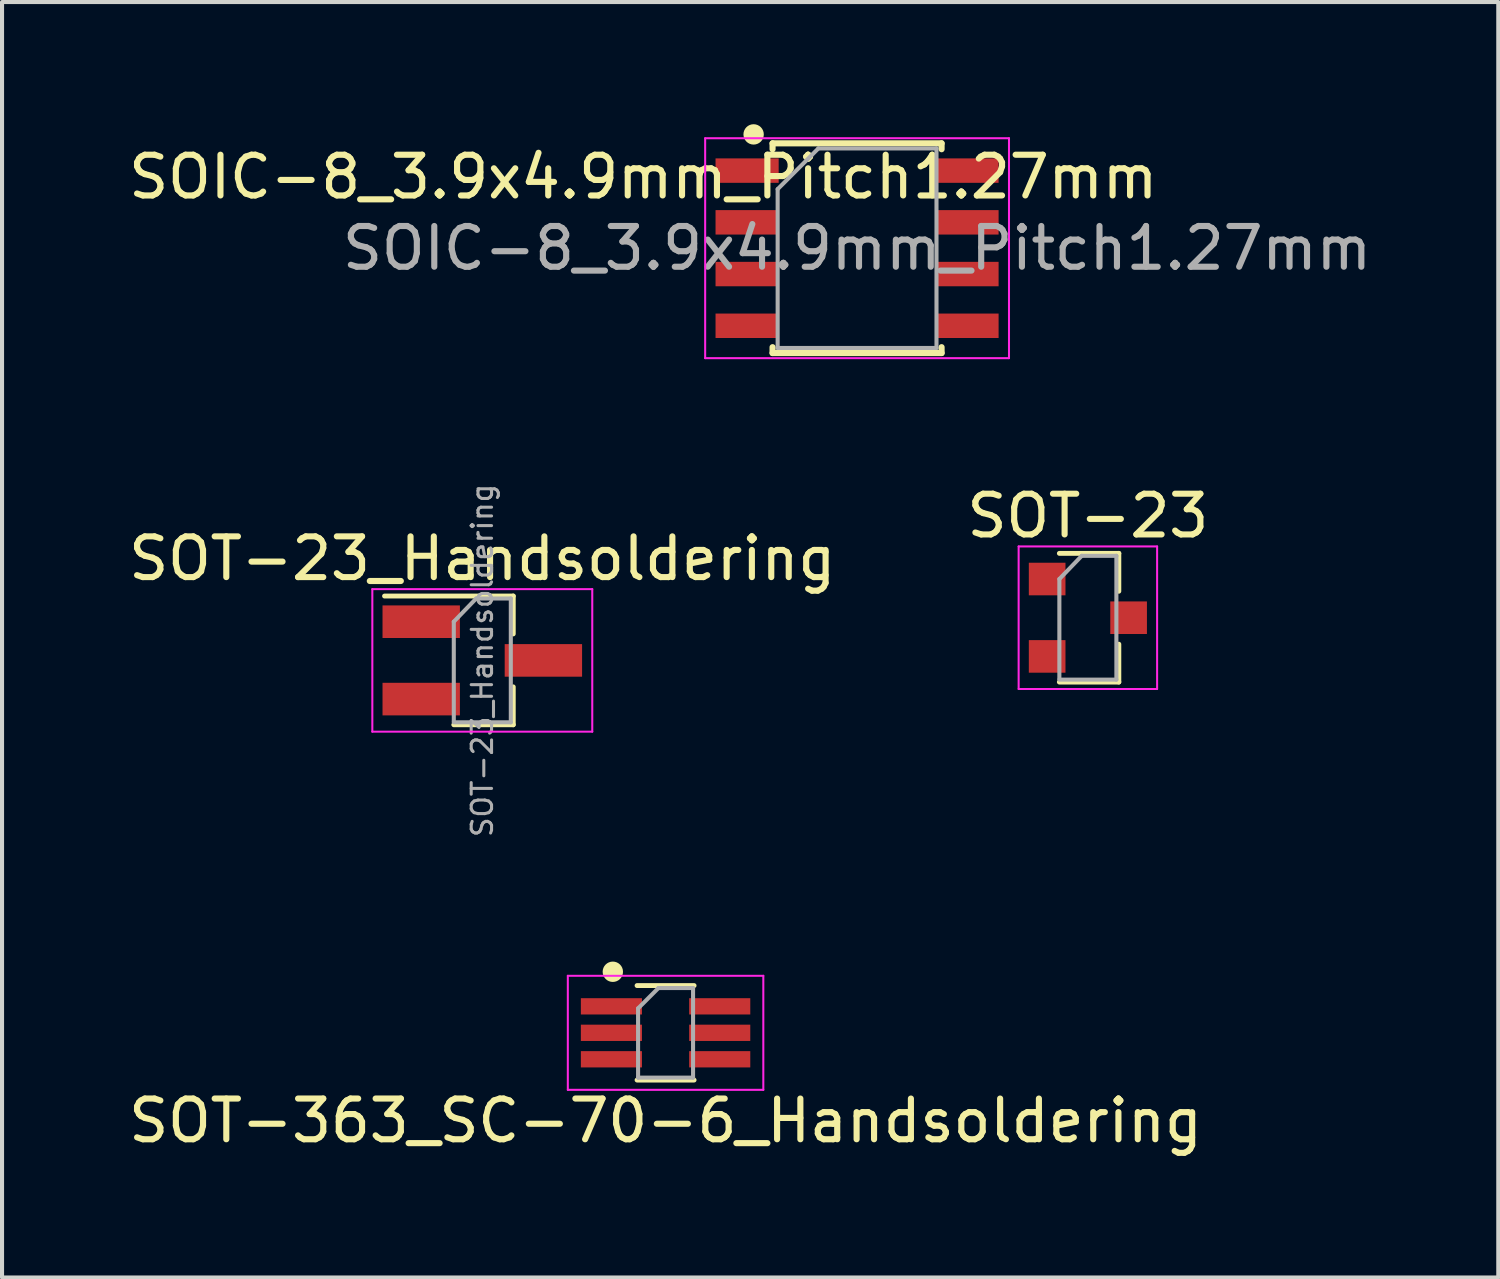
<source format=kicad_pcb>
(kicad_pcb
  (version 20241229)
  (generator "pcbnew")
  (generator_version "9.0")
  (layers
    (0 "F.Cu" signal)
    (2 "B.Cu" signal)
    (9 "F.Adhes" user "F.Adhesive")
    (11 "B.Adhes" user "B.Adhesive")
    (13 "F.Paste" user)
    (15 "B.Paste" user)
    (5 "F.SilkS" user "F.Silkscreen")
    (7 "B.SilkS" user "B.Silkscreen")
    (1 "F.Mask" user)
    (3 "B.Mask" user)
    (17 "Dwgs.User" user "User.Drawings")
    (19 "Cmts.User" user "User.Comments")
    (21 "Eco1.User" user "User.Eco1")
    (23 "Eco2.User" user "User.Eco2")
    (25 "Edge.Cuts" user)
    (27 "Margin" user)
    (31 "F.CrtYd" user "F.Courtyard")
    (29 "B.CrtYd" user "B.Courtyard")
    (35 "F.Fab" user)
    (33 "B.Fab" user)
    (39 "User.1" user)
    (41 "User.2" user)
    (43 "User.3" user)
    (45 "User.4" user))
  (footprint "SOT-23"
    (layer "F.Cu")
    (at 23.661 12.117)
    (property "Reference" "SOT-23" (at 0 -2.5 0) (layer "F.SilkS") (effects (font (size 1 1) (thickness 0.15))))
    (attr smd)
    (fp_line (start 0.76 -1.58) (end -0.7 -1.58) (stroke (width 0.12) (type solid)) (layer "F.SilkS"))
    (fp_line (start 0.76 -1.58) (end 0.76 -0.65) (stroke (width 0.12) (type solid)) (layer "F.SilkS"))
    (fp_line (start 0.76 1.58) (end -0.7 1.58) (stroke (width 0.12) (type solid)) (layer "F.SilkS"))
    (fp_line (start 0.76 1.58) (end 0.76 0.65) (stroke (width 0.12) (type solid)) (layer "F.SilkS"))
    (fp_line (start -1.7 -1.75) (end 1.7 -1.75) (stroke (width 0.05) (type solid)) (layer "F.CrtYd"))
    (fp_line (start -1.7 1.75) (end -1.7 -1.75) (stroke (width 0.05) (type solid)) (layer "F.CrtYd"))
    (fp_line (start 1.7 -1.75) (end 1.7 1.75) (stroke (width 0.05) (type solid)) (layer "F.CrtYd"))
    (fp_line (start 1.7 1.75) (end -1.7 1.75) (stroke (width 0.05) (type solid)) (layer "F.CrtYd"))
    (fp_line (start -0.7 -0.95) (end -0.7 1.5) (stroke (width 0.1) (type solid)) (layer "F.Fab"))
    (fp_line (start -0.7 -0.95) (end -0.15 -1.52) (stroke (width 0.1) (type solid)) (layer "F.Fab"))
    (fp_line (start -0.7 1.52) (end 0.7 1.52) (stroke (width 0.1) (type solid)) (layer "F.Fab"))
    (fp_line (start -0.15 -1.52) (end 0.7 -1.52) (stroke (width 0.1) (type solid)) (layer "F.Fab"))
    (fp_line (start 0.7 -1.52) (end 0.7 1.52) (stroke (width 0.1) (type solid)) (layer "F.Fab"))
    (pad "1" smd rect (at -1 -0.95) (size 0.9 0.8) (layers "F.Cu" "F.Mask" "F.Paste"))
    (pad "2" smd rect (at -1 0.95) (size 0.9 0.8) (layers "F.Cu" "F.Mask" "F.Paste"))
    (pad "3" smd rect (at 1 0) (size 0.9 0.8) (layers "F.Cu" "F.Mask" "F.Paste")))
  (footprint "SOIC-8_3.9x4.9mm_Pitch1.27mm"
    (layer "F.Cu")
    (at 17.994 3.044)
    (property "Reference" "SOIC-8_3.9x4.9mm_Pitch1.27mm" (at -5.25 -1.75 0) (layer "F.SilkS") (effects (font (size 1 1) (thickness 0.15))))
    (attr smd)
    (fp_line (start -2.075 -2.575) (end -2.075 -2.43) (stroke (width 0.15) (type solid)) (layer "F.SilkS"))
    (fp_line (start -2.075 -2.575) (end 2.075 -2.575) (stroke (width 0.15) (type solid)) (layer "F.SilkS"))
    (fp_line (start -2.075 2.575) (end -2.075 2.43) (stroke (width 0.15) (type solid)) (layer "F.SilkS"))
    (fp_line (start -2.075 2.575) (end 2.075 2.575) (stroke (width 0.15) (type solid)) (layer "F.SilkS"))
    (fp_line (start 2.075 -2.575) (end 2.075 -2.43) (stroke (width 0.15) (type solid)) (layer "F.SilkS"))
    (fp_line (start 2.075 2.575) (end 2.075 2.43) (stroke (width 0.15) (type solid)) (layer "F.SilkS"))
    (fp_line (start -3.73 -2.7) (end -3.73 2.7) (stroke (width 0.05) (type solid)) (layer "F.CrtYd"))
    (fp_line (start -3.73 -2.7) (end 3.73 -2.7) (stroke (width 0.05) (type solid)) (layer "F.CrtYd"))
    (fp_line (start -3.73 2.7) (end 3.73 2.7) (stroke (width 0.05) (type solid)) (layer "F.CrtYd"))
    (fp_line (start 3.73 -2.7) (end 3.73 2.7) (stroke (width 0.05) (type solid)) (layer "F.CrtYd"))
    (fp_line (start -1.95 -1.45) (end -0.95 -2.45) (stroke (width 0.1) (type solid)) (layer "F.Fab"))
    (fp_line (start -1.95 2.45) (end -1.95 -1.45) (stroke (width 0.1) (type solid)) (layer "F.Fab"))
    (fp_line (start -0.95 -2.45) (end 1.95 -2.45) (stroke (width 0.1) (type solid)) (layer "F.Fab"))
    (fp_line (start 1.95 -2.45) (end 1.95 2.45) (stroke (width 0.1) (type solid)) (layer "F.Fab"))
    (fp_line (start 1.95 2.45) (end -1.95 2.45) (stroke (width 0.1) (type solid)) (layer "F.Fab"))
    (fp_text user "${REFERENCE}" (at 0 0 0) (layer "F.Fab") (effects (font (size 1 1) (thickness 0.15))))
    (pad "" connect circle (at -2.54 -2.794) (size 0.5 0.5) (layers "F.SilkS"))
    (pad "1" smd rect (at -2.7 -1.905) (size 1.55 0.6) (layers "F.Cu" "F.Mask" "F.Paste"))
    (pad "2" smd rect (at -2.7 -0.635) (size 1.55 0.6) (layers "F.Cu" "F.Mask" "F.Paste"))
    (pad "3" smd rect (at -2.7 0.635) (size 1.55 0.6) (layers "F.Cu" "F.Mask" "F.Paste"))
    (pad "4" smd rect (at -2.7 1.905) (size 1.55 0.6) (layers "F.Cu" "F.Mask" "F.Paste"))
    (pad "5" smd rect (at 2.7 1.905) (size 1.55 0.6) (layers "F.Cu" "F.Mask" "F.Paste"))
    (pad "6" smd rect (at 2.7 0.635) (size 1.55 0.6) (layers "F.Cu" "F.Mask" "F.Paste"))
    (pad "7" smd rect (at 2.7 -0.635) (size 1.55 0.6) (layers "F.Cu" "F.Mask" "F.Paste"))
    (pad "8" smd rect (at 2.7 -1.905) (size 1.55 0.6) (layers "F.Cu" "F.Mask" "F.Paste")))
  (footprint "SOT-363_SC-70-6_Handsoldering"
    (layer "F.Cu")
    (at 13.292 22.309)
    (property "Reference" "SOT-363_SC-70-6_Handsoldering" (at 0 2.159 0) (layer "F.SilkS") (effects (font (size 1 1) (thickness 0.15))))
    (attr smd)
    (fp_line (start -0.7 1.16) (end 0.7 1.16) (stroke (width 0.12) (type solid)) (layer "F.SilkS"))
    (fp_line (start 0.7 -1.16) (end -0.7 -1.16) (stroke (width 0.12) (type solid)) (layer "F.SilkS"))
    (fp_line (start -2.4 -1.4) (end -2.4 1.4) (stroke (width 0.05) (type solid)) (layer "F.CrtYd"))
    (fp_line (start -2.4 -1.4) (end 2.4 -1.4) (stroke (width 0.05) (type solid)) (layer "F.CrtYd"))
    (fp_line (start -2.4 1.4) (end 2.4 1.4) (stroke (width 0.05) (type solid)) (layer "F.CrtYd"))
    (fp_line (start 2.4 1.4) (end 2.4 -1.4) (stroke (width 0.05) (type solid)) (layer "F.CrtYd"))
    (fp_line (start -0.675 -0.6) (end -0.675 1.1) (stroke (width 0.1) (type solid)) (layer "F.Fab"))
    (fp_line (start -0.175 -1.1) (end -0.675 -0.6) (stroke (width 0.1) (type solid)) (layer "F.Fab"))
    (fp_line (start 0.675 -1.1) (end -0.175 -1.1) (stroke (width 0.1) (type solid)) (layer "F.Fab"))
    (fp_line (start 0.675 -1.1) (end 0.675 1.1) (stroke (width 0.1) (type solid)) (layer "F.Fab"))
    (fp_line (start 0.675 1.1) (end -0.675 1.1) (stroke (width 0.1) (type solid)) (layer "F.Fab"))
    (pad "" connect circle (at -1.295 -1.499) (size 0.5 0.5) (layers "F.SilkS"))
    (pad "1" smd rect (at -1.33 -0.65) (size 1.5 0.4) (layers "F.Cu" "F.Mask" "F.Paste"))
    (pad "2" smd rect (at -1.33 0) (size 1.5 0.4) (layers "F.Cu" "F.Mask" "F.Paste"))
    (pad "3" smd rect (at -1.33 0.65) (size 1.5 0.4) (layers "F.Cu" "F.Mask" "F.Paste"))
    (pad "4" smd rect (at 1.33 0.65) (size 1.5 0.4) (layers "F.Cu" "F.Mask" "F.Paste"))
    (pad "5" smd rect (at 1.33 0) (size 1.5 0.4) (layers "F.Cu" "F.Mask" "F.Paste"))
    (pad "6" smd rect (at 1.33 -0.65) (size 1.5 0.4) (layers "F.Cu" "F.Mask" "F.Paste")))
  (footprint "SOT-23_Handsoldering"
    (layer "F.Cu")
    (at 8.792 13.165)
    (property "Reference" "SOT-23_Handsoldering" (at 0 -2.5 0) (layer "F.SilkS") (effects (font (size 1 1) (thickness 0.15))))
    (attr smd)
    (fp_line (start 0.76 -1.58) (end -2.4 -1.58) (stroke (width 0.12) (type solid)) (layer "F.SilkS"))
    (fp_line (start 0.76 -1.58) (end 0.76 -0.65) (stroke (width 0.12) (type solid)) (layer "F.SilkS"))
    (fp_line (start 0.76 1.58) (end -0.7 1.58) (stroke (width 0.12) (type solid)) (layer "F.SilkS"))
    (fp_line (start 0.76 1.58) (end 0.76 0.65) (stroke (width 0.12) (type solid)) (layer "F.SilkS"))
    (fp_line (start -2.7 -1.75) (end 2.7 -1.75) (stroke (width 0.05) (type solid)) (layer "F.CrtYd"))
    (fp_line (start -2.7 1.75) (end -2.7 -1.75) (stroke (width 0.05) (type solid)) (layer "F.CrtYd"))
    (fp_line (start 2.7 -1.75) (end 2.7 1.75) (stroke (width 0.05) (type solid)) (layer "F.CrtYd"))
    (fp_line (start 2.7 1.75) (end -2.7 1.75) (stroke (width 0.05) (type solid)) (layer "F.CrtYd"))
    (fp_line (start -0.7 -0.95) (end -0.7 1.5) (stroke (width 0.1) (type solid)) (layer "F.Fab"))
    (fp_line (start -0.7 -0.95) (end -0.15 -1.52) (stroke (width 0.1) (type solid)) (layer "F.Fab"))
    (fp_line (start -0.7 1.52) (end 0.7 1.52) (stroke (width 0.1) (type solid)) (layer "F.Fab"))
    (fp_line (start -0.15 -1.52) (end 0.7 -1.52) (stroke (width 0.1) (type solid)) (layer "F.Fab"))
    (fp_line (start 0.7 -1.52) (end 0.7 1.52) (stroke (width 0.1) (type solid)) (layer "F.Fab"))
    (fp_text user "${REFERENCE}" (at 0 0 90) (layer "F.Fab") (effects (font (size 0.5 0.5) (thickness 0.075))))
    (pad "1" smd rect (at -1.5 -0.95) (size 1.9 0.8) (layers "F.Cu" "F.Mask" "F.Paste"))
    (pad "2" smd rect (at -1.5 0.95) (size 1.9 0.8) (layers "F.Cu" "F.Mask" "F.Paste"))
    (pad "3" smd rect (at 1.5 0) (size 1.9 0.8) (layers "F.Cu" "F.Mask" "F.Paste")))
  (gr_rect
    (start -3 -3)
    (end 33.738 28.317)
    (stroke (width 0.1) (type default))
    (fill no)
    (layer "Edge.Cuts")))
</source>
